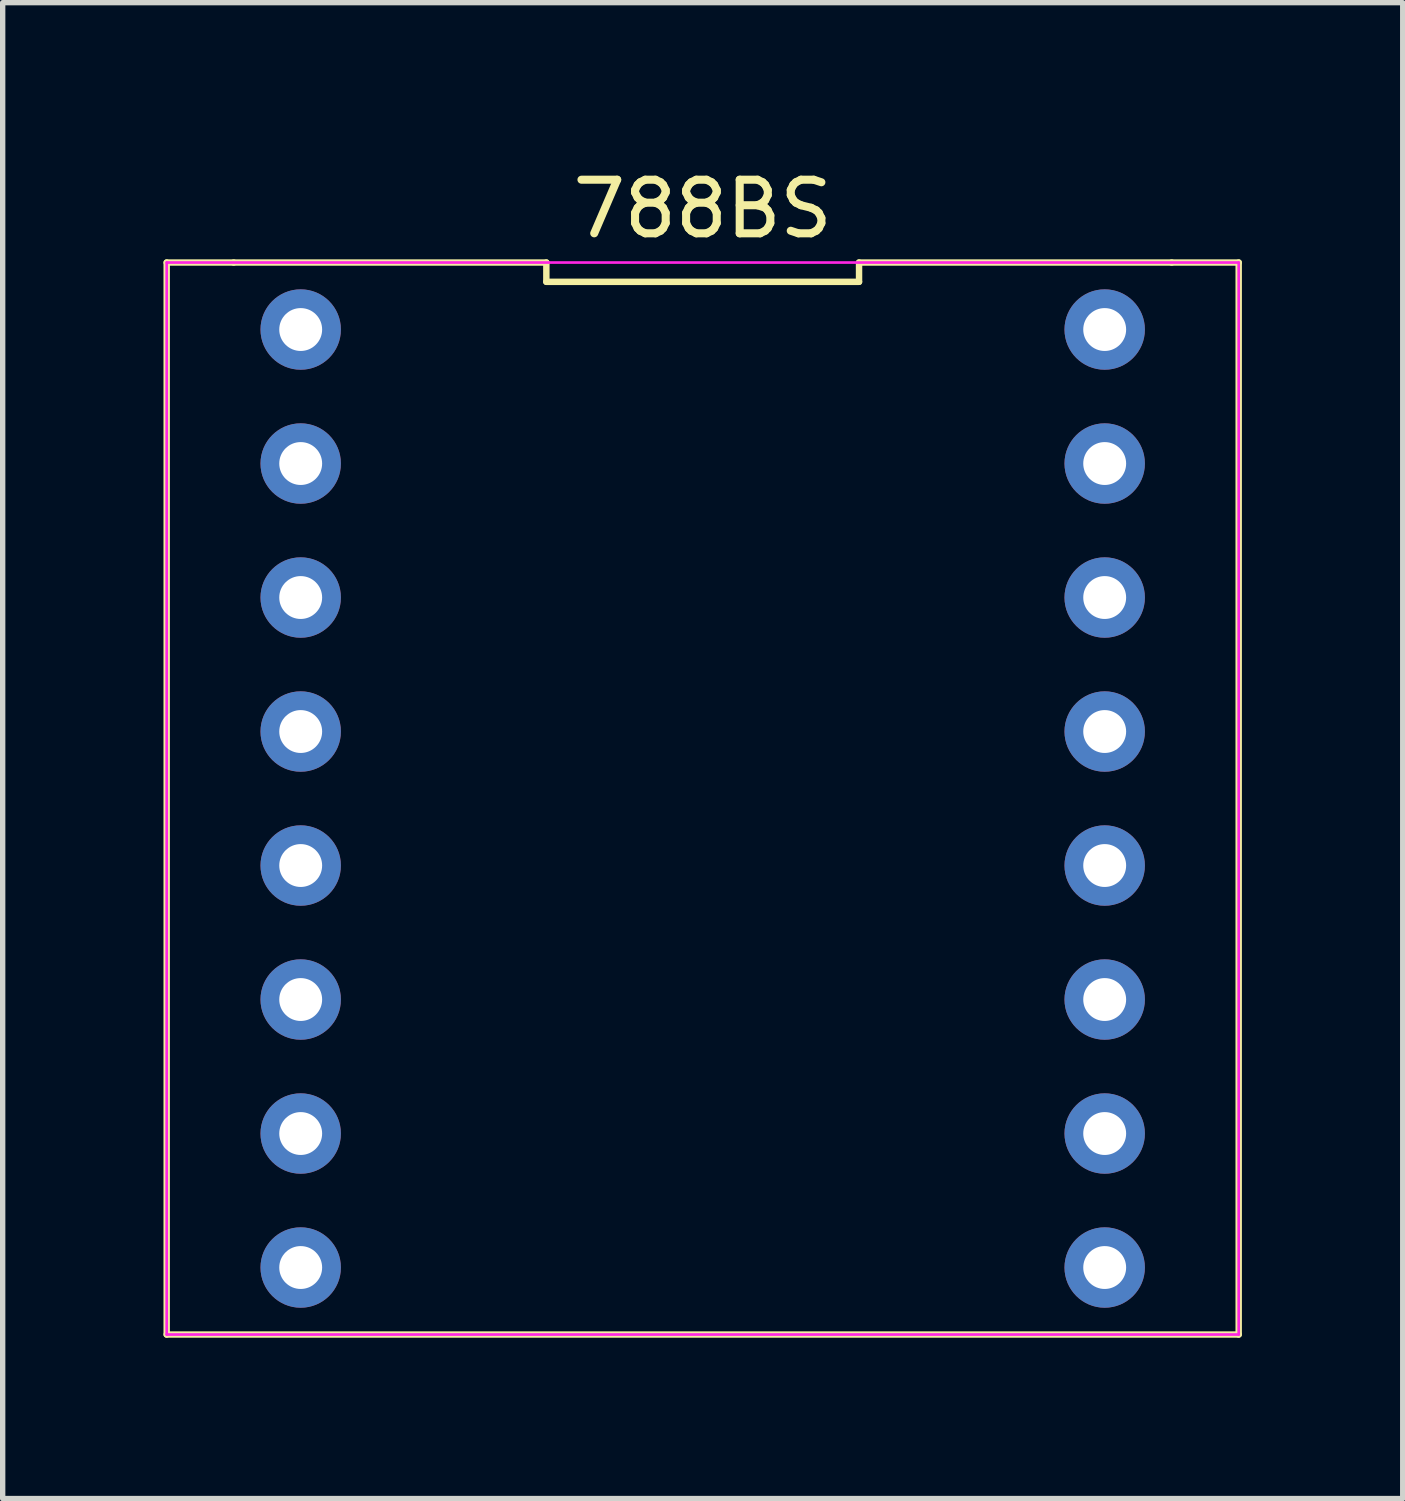
<source format=kicad_pcb>
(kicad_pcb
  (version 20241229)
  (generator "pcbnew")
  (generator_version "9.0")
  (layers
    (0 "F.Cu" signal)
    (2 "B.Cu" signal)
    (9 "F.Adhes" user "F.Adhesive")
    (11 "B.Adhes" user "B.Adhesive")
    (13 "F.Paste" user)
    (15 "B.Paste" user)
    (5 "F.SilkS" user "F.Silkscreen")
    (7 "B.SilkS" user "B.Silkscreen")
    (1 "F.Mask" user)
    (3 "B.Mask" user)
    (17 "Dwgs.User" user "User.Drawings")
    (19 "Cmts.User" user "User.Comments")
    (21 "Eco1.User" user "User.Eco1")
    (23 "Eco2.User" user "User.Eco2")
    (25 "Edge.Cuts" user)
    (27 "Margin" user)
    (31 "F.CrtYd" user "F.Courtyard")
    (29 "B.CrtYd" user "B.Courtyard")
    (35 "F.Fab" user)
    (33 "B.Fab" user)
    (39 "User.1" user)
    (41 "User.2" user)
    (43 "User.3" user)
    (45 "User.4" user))
  (footprint "788BS"
    (layer "F.Cu")
    (at 10.06 11.848)
    (property "Reference" "788BS" (at 0 -11 0) (layer "F.SilkS") (effects (font (size 1 1) (thickness 0.15))))
    (attr through_hole)
    (fp_line (start -10 -10) (end -8.75 -10) (stroke (width 0.12) (type solid)) (layer "F.SilkS"))
    (fp_line (start -10 10) (end -10 -10) (stroke (width 0.12) (type solid)) (layer "F.SilkS"))
    (fp_line (start -2.917 -10) (end -8.75 -10) (stroke (width 0.12) (type solid)) (layer "F.SilkS"))
    (fp_line (start -2.917 -9.64) (end -2.917 -10) (stroke (width 0.12) (type solid)) (layer "F.SilkS"))
    (fp_line (start 2.917 -10) (end 2.917 -9.64) (stroke (width 0.12) (type solid)) (layer "F.SilkS"))
    (fp_line (start 2.917 -9.64) (end -2.917 -9.64) (stroke (width 0.12) (type solid)) (layer "F.SilkS"))
    (fp_line (start 8.75 -10) (end 2.917 -10) (stroke (width 0.12) (type solid)) (layer "F.SilkS"))
    (fp_line (start 8.75 -10) (end 10 -10) (stroke (width 0.12) (type solid)) (layer "F.SilkS"))
    (fp_line (start 10 -10) (end 10 10) (stroke (width 0.12) (type solid)) (layer "F.SilkS"))
    (fp_line (start 10 10) (end -10 10) (stroke (width 0.12) (type solid)) (layer "F.SilkS"))
    (fp_line (start -10 -10) (end 10 -10) (stroke (width 0.05) (type solid)) (layer "F.CrtYd"))
    (fp_line (start -10 10) (end -10 -10) (stroke (width 0.05) (type solid)) (layer "F.CrtYd"))
    (fp_line (start 10 -10) (end 10 10) (stroke (width 0.05) (type solid)) (layer "F.CrtYd"))
    (fp_line (start 10 10) (end -10 10) (stroke (width 0.05) (type solid)) (layer "F.CrtYd"))
    (pad "1" thru_hole circle (at -7.5 -8.75 270) (size 1.5 1.5) (drill 0.8) (layers "*.Cu" "*.Mask"))
    (pad "2" thru_hole circle (at -7.5 -6.25 270) (size 1.5 1.5) (drill 0.8) (layers "*.Cu" "*.Mask"))
    (pad "3" thru_hole circle (at -7.5 -3.75 270) (size 1.5 1.5) (drill 0.8) (layers "*.Cu" "*.Mask"))
    (pad "4" thru_hole circle (at -7.5 -1.25 270) (size 1.5 1.5) (drill 0.8) (layers "*.Cu" "*.Mask"))
    (pad "5" thru_hole circle (at -7.5 1.25 270) (size 1.5 1.5) (drill 0.8) (layers "*.Cu" "*.Mask"))
    (pad "6" thru_hole circle (at -7.5 3.75 270) (size 1.5 1.5) (drill 0.8) (layers "*.Cu" "*.Mask"))
    (pad "7" thru_hole circle (at -7.5 6.25 270) (size 1.5 1.5) (drill 0.8) (layers "*.Cu" "*.Mask"))
    (pad "8" thru_hole circle (at -7.5 8.75 270) (size 1.5 1.5) (drill 0.8) (layers "*.Cu" "*.Mask"))
    (pad "9" thru_hole circle (at 7.5 8.75 270) (size 1.5 1.5) (drill 0.8) (layers "*.Cu" "*.Mask"))
    (pad "10" thru_hole circle (at 7.5 6.25 270) (size 1.5 1.5) (drill 0.8) (layers "*.Cu" "*.Mask"))
    (pad "11" thru_hole circle (at 7.5 3.75 270) (size 1.5 1.5) (drill 0.8) (layers "*.Cu" "*.Mask"))
    (pad "12" thru_hole circle (at 7.5 1.25 270) (size 1.5 1.5) (drill 0.8) (layers "*.Cu" "*.Mask"))
    (pad "13" thru_hole circle (at 7.5 -1.25 270) (size 1.5 1.5) (drill 0.8) (layers "*.Cu" "*.Mask"))
    (pad "14" thru_hole circle (at 7.5 -3.75 270) (size 1.5 1.5) (drill 0.8) (layers "*.Cu" "*.Mask"))
    (pad "15" thru_hole circle (at 7.5 -6.25 270) (size 1.5 1.5) (drill 0.8) (layers "*.Cu" "*.Mask"))
    (pad "16" thru_hole circle (at 7.5 -8.75 270) (size 1.5 1.5) (drill 0.8) (layers "*.Cu" "*.Mask")))
  (gr_rect
    (start -3 -3)
    (end 23.12 24.908)
    (stroke (width 0.1) (type default))
    (fill no)
    (layer "Edge.Cuts")))
</source>
